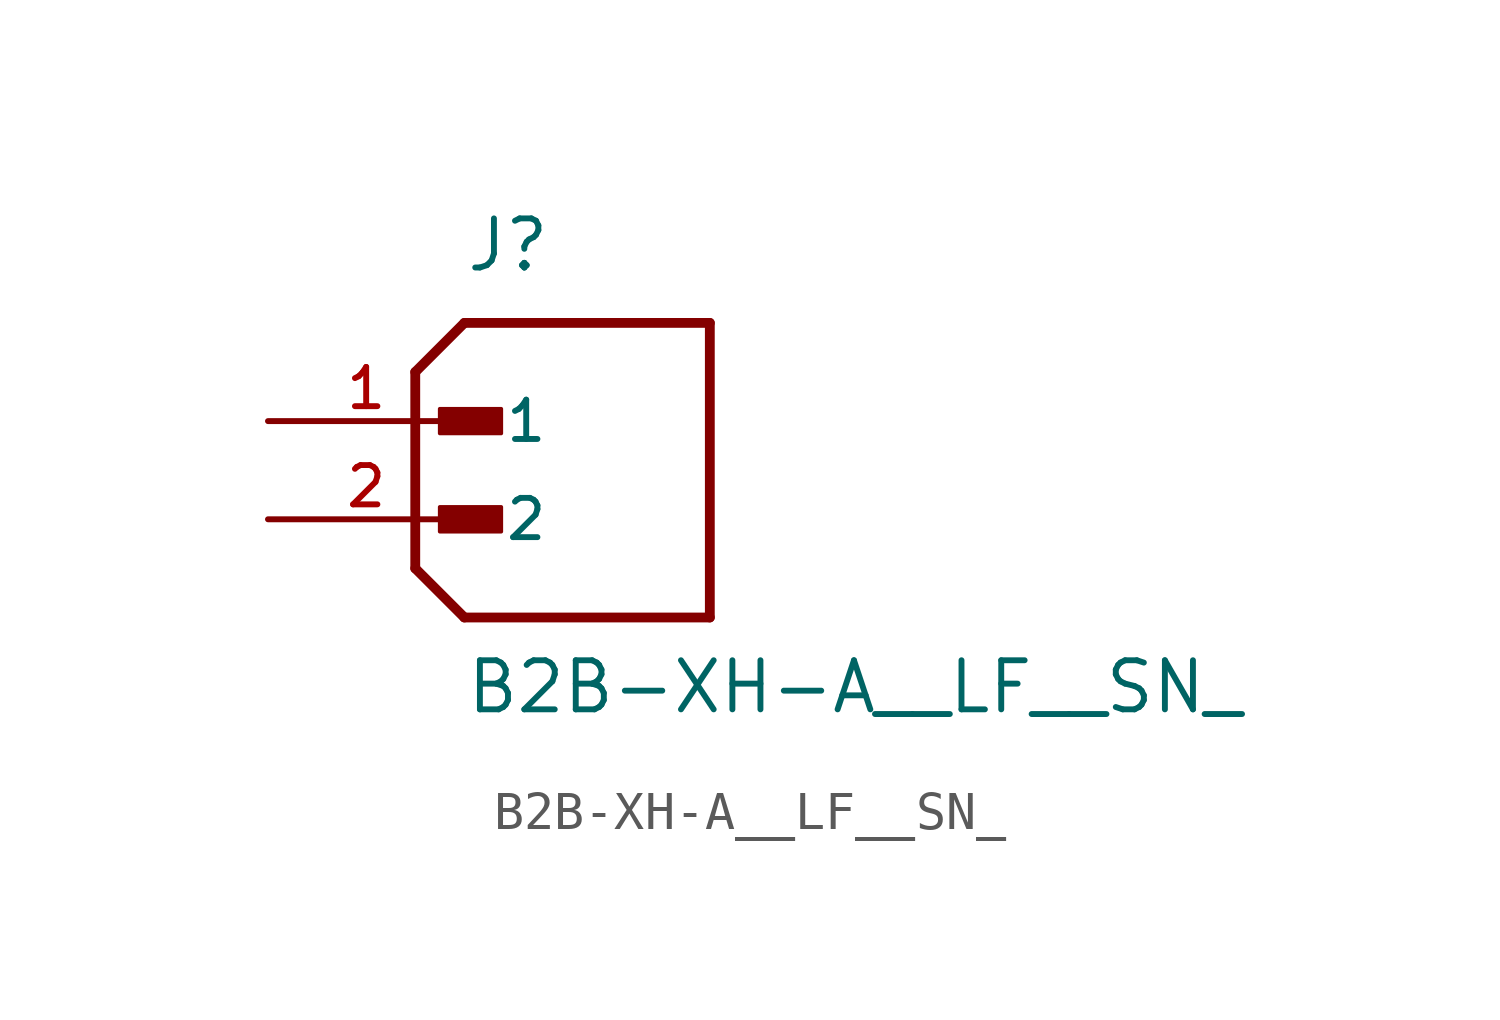
<source format=kicad_sym>
(kicad_symbol_lib
  (version 20211014)
  (generator kicad_symbol_editor)
  (symbol "B2B-XH-A__LF__SN_"
    (pin_names
      (offset 1.016))
    (property "Reference" "J"
      (at -2.54 6.35 0)
      (effects (font (size 1.27 1.27)) (justify bottom left)))
    (property "Value" "B2B-XH-A__LF__SN_"
      (at -2.54 -5.08 0)
      (effects (font (size 1.27 1.27)) (justify bottom left)))
    (symbol "B2B-XH-A__LF__SN__0_0"
      (polyline (pts (xy -3.81 3.81) (xy -2.54 5.08)) (stroke (width 0.254)))
      (polyline (pts (xy -3.81 3.81) (xy -3.81 -1.27)) (stroke (width 0.254)))
      (polyline (pts (xy -3.81 -1.27) (xy -2.54 -2.54)) (stroke (width 0.254)))
      (polyline (pts (xy -2.54 -2.54) (xy 3.81 -2.54)) (stroke (width 0.254)))
      (polyline (pts (xy 3.81 -2.54) (xy 3.81 5.08)) (stroke (width 0.254)))
      (polyline (pts (xy 3.81 5.08) (xy -2.54 5.08)) (stroke (width 0.254)))
      (rectangle (start -3.175 2.223) (end -1.587 2.857) (stroke (width 0.1)) (fill (type outline)))
      (rectangle (start -3.175 -0.318) (end -1.587 0.318) (stroke (width 0.1)) (fill (type outline)))
      (pin passive line (at -7.62 2.54 0) (length 5.08) (name "1" (effects (font (size 1.016 1.016)))) (number "1" (effects (font (size 1.016 1.016)))))
      (pin passive line (at -7.62 0.0 0) (length 5.08) (name "2" (effects (font (size 1.016 1.016)))) (number "2" (effects (font (size 1.016 1.016))))))))
</source>
